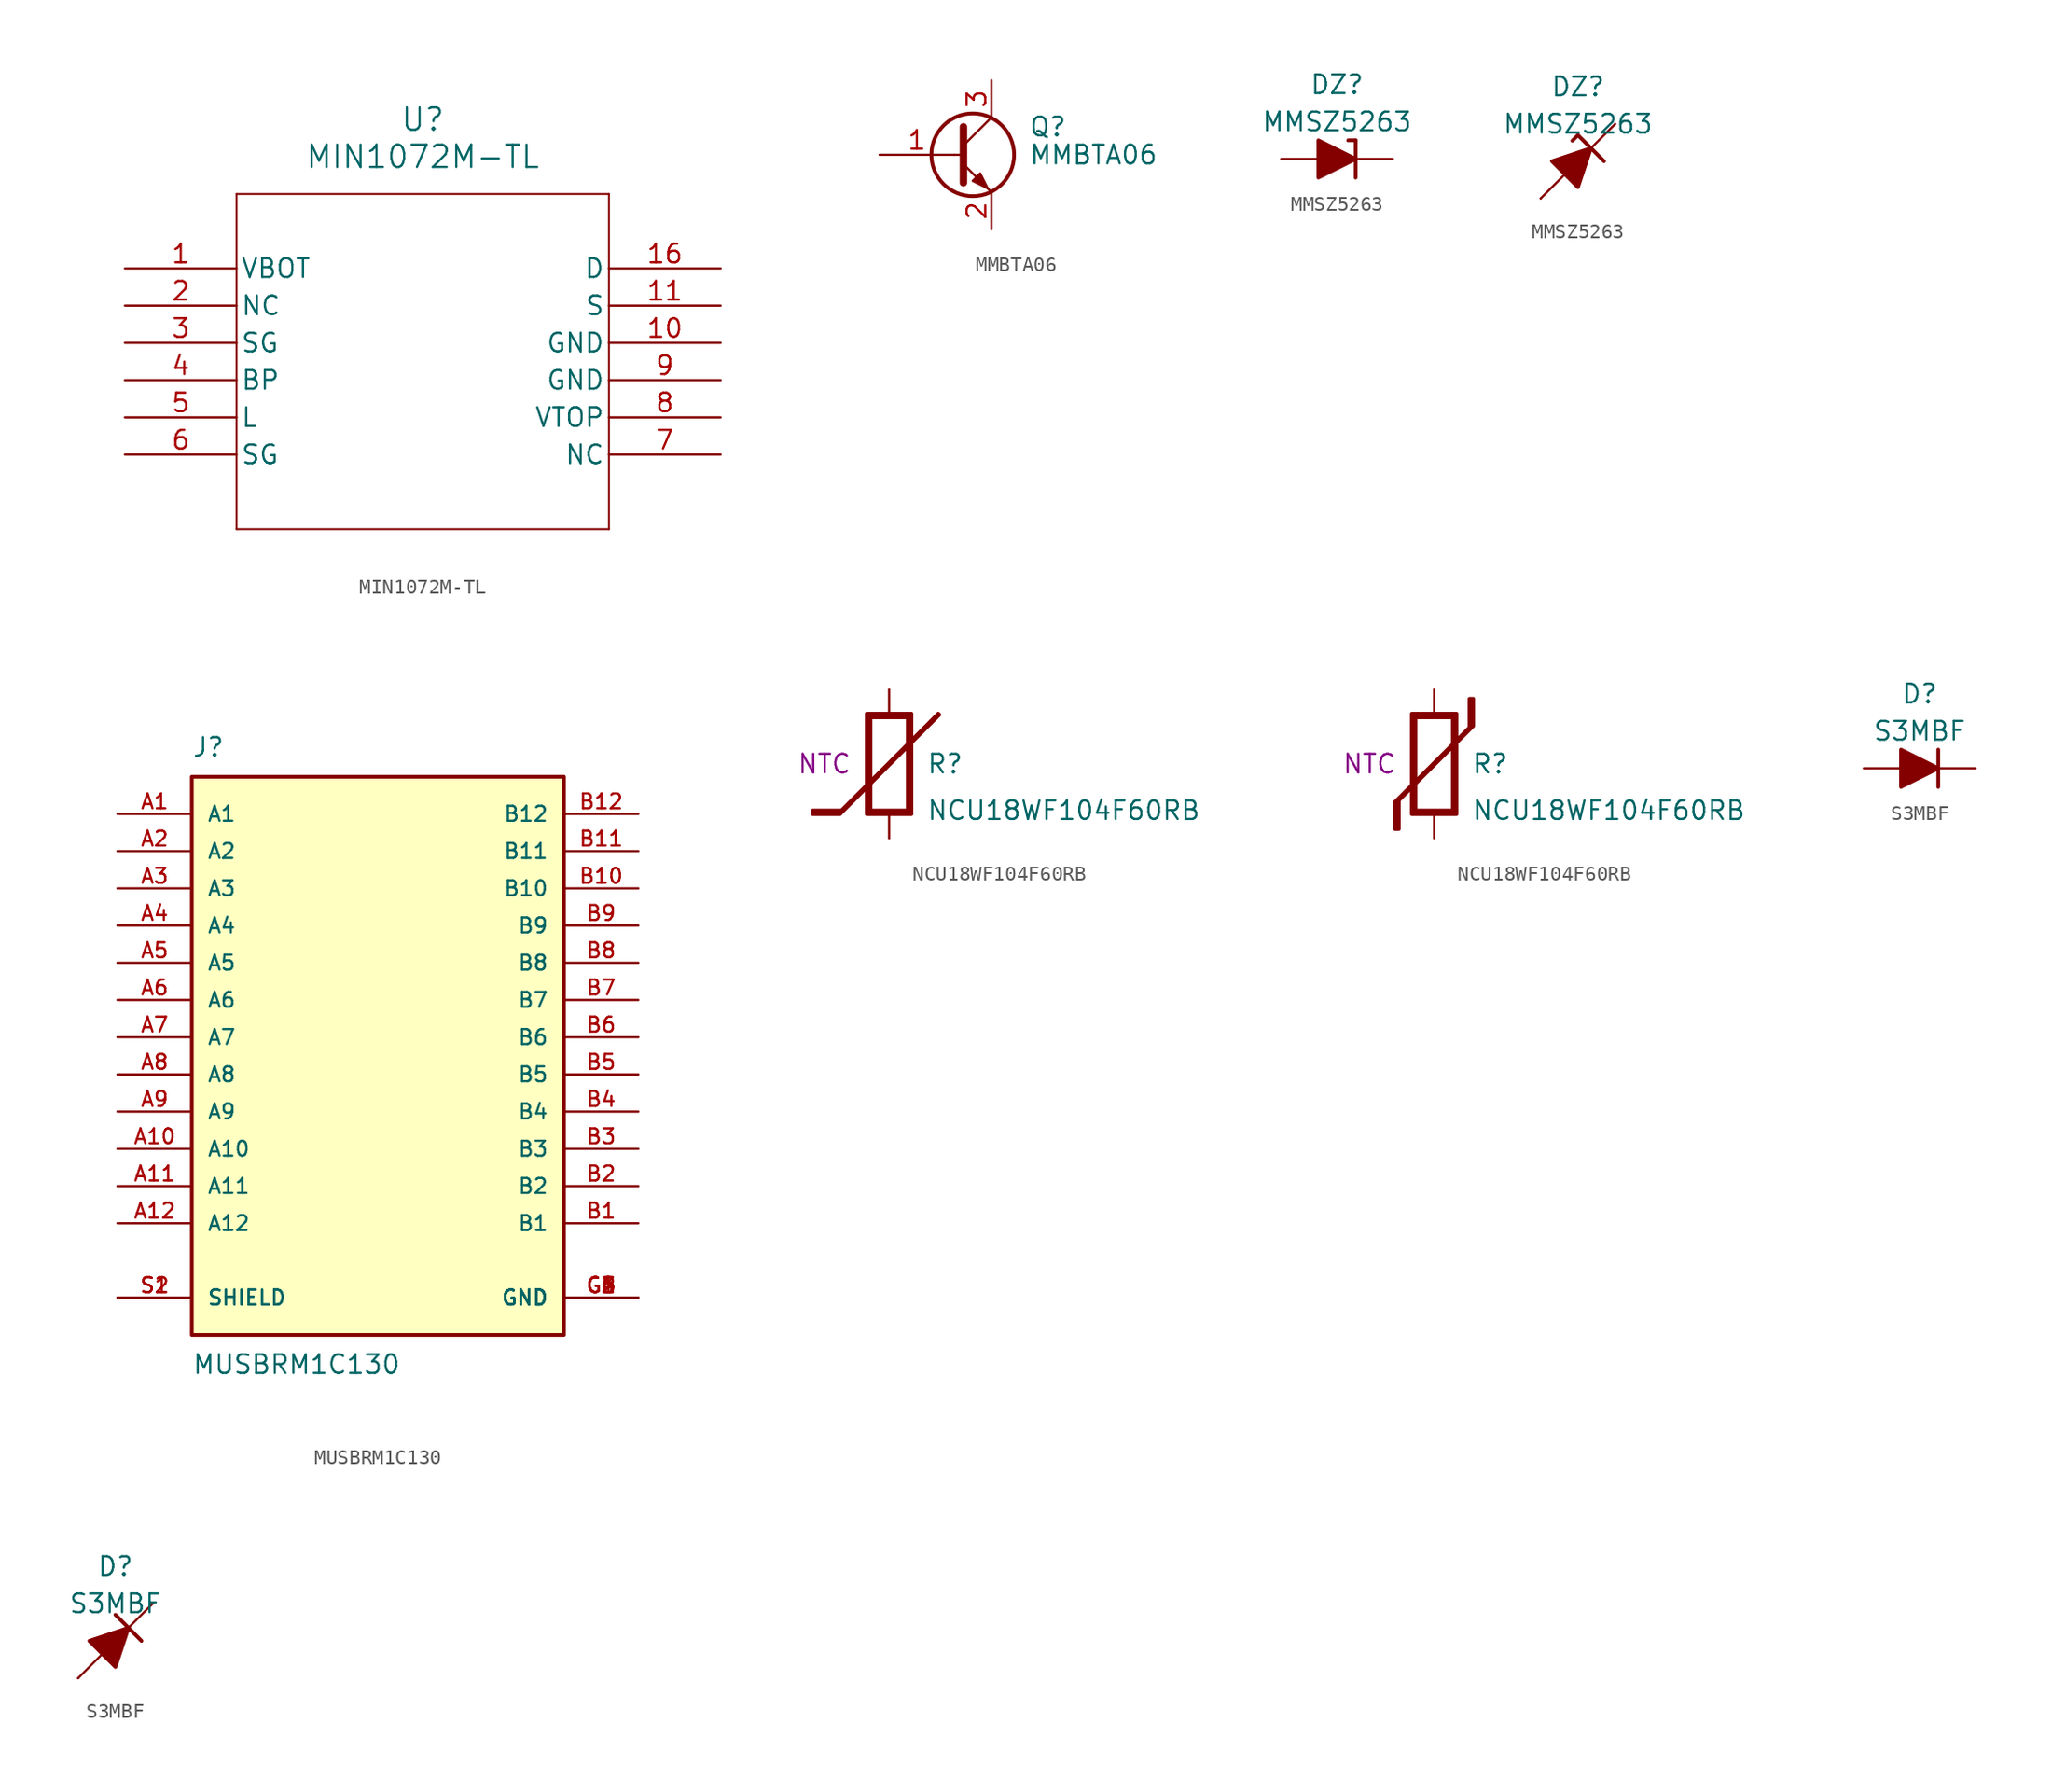
<source format=kicad_sym>
(kicad_symbol_lib
  (version 20231120)
  (generator "kicad_symbol_editor")
  (generator_version "8.0")
  (symbol "MIN1072M-TL"
    (pin_names
      (offset 0.254))
    (property "Reference" "U"
      (at 20.32 10.16 0)
      (effects (font (size 1.524 1.524))))
    (property "Value" "MIN1072M-TL"
      (at 20.32 7.62 0)
      (effects (font (size 1.524 1.524))))
    (property "ki_locked" ""
      (at 0 0 0)
      (effects (font (size 1.27 1.27))))
    (symbol "MIN1072M-TL_0_1"
      (polyline (pts (xy 7.62 -17.78) (xy 33.02 -17.78)) (stroke (width 0.127) (type default)) (fill (type none)))
      (polyline (pts (xy 7.62 5.08) (xy 7.62 -17.78)) (stroke (width 0.127) (type default)) (fill (type none)))
      (polyline (pts (xy 33.02 -17.78) (xy 33.02 5.08)) (stroke (width 0.127) (type default)) (fill (type none)))
      (polyline (pts (xy 33.02 5.08) (xy 7.62 5.08)) (stroke (width 0.127) (type default)) (fill (type none)))
      (pin unspecified line (at 0 0 0) (length 7.62) (name "VBOT" (effects (font (size 1.27 1.27)))) (number "1" (effects (font (size 1.27 1.27)))))
      (pin unspecified line (at 40.64 -5.08 180) (length 7.62) (name "GND" (effects (font (size 1.27 1.27)))) (number "10" (effects (font (size 1.27 1.27)))))
      (pin unspecified line (at 40.64 -2.54 180) (length 7.62) (name "S" (effects (font (size 1.27 1.27)))) (number "11" (effects (font (size 1.27 1.27)))))
      (pin unspecified line (at 40.64 0 180) (length 7.62) (name "D" (effects (font (size 1.27 1.27)))) (number "16" (effects (font (size 1.27 1.27)))))
      (pin unspecified line (at 0 -2.54 0) (length 7.62) (name "NC" (effects (font (size 1.27 1.27)))) (number "2" (effects (font (size 1.27 1.27)))))
      (pin unspecified line (at 0 -5.08 0) (length 7.62) (name "SG" (effects (font (size 1.27 1.27)))) (number "3" (effects (font (size 1.27 1.27)))))
      (pin unspecified line (at 0 -7.62 0) (length 7.62) (name "BP" (effects (font (size 1.27 1.27)))) (number "4" (effects (font (size 1.27 1.27)))))
      (pin unspecified line (at 0 -10.16 0) (length 7.62) (name "L" (effects (font (size 1.27 1.27)))) (number "5" (effects (font (size 1.27 1.27)))))
      (pin unspecified line (at 0 -12.7 0) (length 7.62) (name "SG" (effects (font (size 1.27 1.27)))) (number "6" (effects (font (size 1.27 1.27)))))
      (pin unspecified line (at 40.64 -12.7 180) (length 7.62) (name "NC" (effects (font (size 1.27 1.27)))) (number "7" (effects (font (size 1.27 1.27)))))
      (pin unspecified line (at 40.64 -10.16 180) (length 7.62) (name "VTOP" (effects (font (size 1.27 1.27)))) (number "8" (effects (font (size 1.27 1.27)))))
      (pin unspecified line (at 40.64 -7.62 180) (length 7.62) (name "GND" (effects (font (size 1.27 1.27)))) (number "9" (effects (font (size 1.27 1.27)))))))
  (symbol "MMBTA06"
    (pin_names
      (offset 0) hide)
    (property "Reference" "Q"
      (at 5.08 1.905 0)
      (effects (font (size 1.27 1.27)) (justify left)))
    (property "Value" "MMBTA06"
      (at 5.08 0 0)
      (effects (font (size 1.27 1.27)) (justify left)))
    (symbol "MMBTA06_0_1"
      (polyline (pts (xy 0 0) (xy 0.635 0)) (stroke (width 0) (type default)) (fill (type none)))
      (polyline (pts (xy 0.635 0.635) (xy 2.54 2.54)) (stroke (width 0) (type default)) (fill (type none)))
      (polyline (pts (xy 0.635 -0.635) (xy 2.54 -2.54) (xy 2.54 -2.54)) (stroke (width 0) (type default)) (fill (type none)))
      (polyline (pts (xy 0.635 1.905) (xy 0.635 -1.905) (xy 0.635 -1.905)) (stroke (width 0.508) (type default)) (fill (type none)))
      (polyline (pts (xy 1.27 -1.778) (xy 1.778 -1.27) (xy 2.286 -2.286) (xy 1.27 -1.778) (xy 1.27 -1.778)) (stroke (width 0) (type default)) (fill (type outline)))
      (circle (center 1.27 0) (radius 2.819) (stroke (width 0.254) (type default)) (fill (type none))))
    (symbol "MMBTA06_1_1"
      (pin input line (at -5.08 0 0) (length 5.08) (name "B" (effects (font (size 1.27 1.27)))) (number "1" (effects (font (size 1.27 1.27)))))
      (pin passive line (at 2.54 -5.08 90) (length 2.54) (name "E" (effects (font (size 1.27 1.27)))) (number "2" (effects (font (size 1.27 1.27)))))
      (pin passive line (at 2.54 5.08 270) (length 2.54) (name "C" (effects (font (size 1.27 1.27)))) (number "3" (effects (font (size 1.27 1.27)))))))
  (symbol "MMSZ5263"
    (pin_numbers hide)
    (pin_names
      (offset 1.016) hide)
    (property "Reference" "DZ"
      (at 0 5.08 0)
      (effects (font (size 1.27 1.27))))
    (property "Value" "MMSZ5263"
      (at 0 2.54 0)
      (effects (font (size 1.27 1.27))))
    (symbol "MMSZ5263_0_1"
      (polyline (pts (xy -1.27 0) (xy 1.27 0)) (stroke (width 0) (type default)) (fill (type none)))
      (polyline (pts (xy 1.27 1.27) (xy 0.762 1.27)) (stroke (width 0.254) (type default)) (fill (type none)))
      (polyline (pts (xy 1.27 1.27) (xy 1.27 -1.27)) (stroke (width 0.254) (type default)) (fill (type none)))
      (polyline (pts (xy -1.27 -1.27) (xy -1.27 1.27) (xy 1.27 0) (xy -1.27 -1.27)) (stroke (width 0.254) (type default)) (fill (type outline))))
    (symbol "MMSZ5263_0_2"
      (polyline (pts (xy -2.54 -2.54) (xy 2.54 2.54)) (stroke (width 0) (type default)) (fill (type none)))
      (polyline (pts (xy 0 1.778) (xy -0.381 1.397)) (stroke (width 0.254) (type default)) (fill (type none)))
      (polyline (pts (xy 0 1.778) (xy 1.778 0)) (stroke (width 0.254) (type default)) (fill (type none)))
      (polyline (pts (xy -0.889 -0.889) (xy -1.778 0) (xy 0.889 0.889) (xy 0 -1.778) (xy -0.889 -0.889)) (stroke (width 0.254) (type default)) (fill (type outline))))
    (symbol "MMSZ5263_1_1"
      (pin passive line (at 3.81 0 180) (length 2.54) (name "K" (effects (font (size 1.27 1.27)))) (number "1" (effects (font (size 1.27 1.27)))))
      (pin passive line (at -3.81 0 0) (length 2.54) (name "A" (effects (font (size 1.27 1.27)))) (number "2" (effects (font (size 1.27 1.27))))))
    (symbol "MMSZ5263_1_2"
      (pin passive line (at 2.54 2.54 180) (length 0) (name "K" (effects (font (size 1.27 1.27)))) (number "1" (effects (font (size 1.27 1.27)))))
      (pin passive line (at -2.54 -2.54 0) (length 0) (name "A" (effects (font (size 1.27 1.27)))) (number "2" (effects (font (size 1.27 1.27)))))))
  (symbol "MUSBRM1C130"
    (pin_names
      (offset 1.016))
    (property "Reference" "J"
      (at -12.7 19.05 0)
      (effects (font (size 1.27 1.27)) (justify left bottom)))
    (property "Value" "MUSBRM1C130"
      (at -12.7 -21.59 0)
      (effects (font (size 1.27 1.27)) (justify left top)))
    (symbol "MUSBRM1C130_0_0"
      (rectangle (start -12.7 -20.32) (end 12.7 17.78) (stroke (width 0.254) (type default)) (fill (type background)))
      (pin passive line (at -17.78 15.24 0) (length 5.08) (name "A1" (effects (font (size 1.016 1.016)))) (number "A1" (effects (font (size 1.016 1.016)))))
      (pin passive line (at -17.78 -7.62 0) (length 5.08) (name "A10" (effects (font (size 1.016 1.016)))) (number "A10" (effects (font (size 1.016 1.016)))))
      (pin passive line (at -17.78 -10.16 0) (length 5.08) (name "A11" (effects (font (size 1.016 1.016)))) (number "A11" (effects (font (size 1.016 1.016)))))
      (pin passive line (at -17.78 -12.7 0) (length 5.08) (name "A12" (effects (font (size 1.016 1.016)))) (number "A12" (effects (font (size 1.016 1.016)))))
      (pin passive line (at -17.78 12.7 0) (length 5.08) (name "A2" (effects (font (size 1.016 1.016)))) (number "A2" (effects (font (size 1.016 1.016)))))
      (pin passive line (at -17.78 10.16 0) (length 5.08) (name "A3" (effects (font (size 1.016 1.016)))) (number "A3" (effects (font (size 1.016 1.016)))))
      (pin passive line (at -17.78 7.62 0) (length 5.08) (name "A4" (effects (font (size 1.016 1.016)))) (number "A4" (effects (font (size 1.016 1.016)))))
      (pin passive line (at -17.78 5.08 0) (length 5.08) (name "A5" (effects (font (size 1.016 1.016)))) (number "A5" (effects (font (size 1.016 1.016)))))
      (pin passive line (at -17.78 2.54 0) (length 5.08) (name "A6" (effects (font (size 1.016 1.016)))) (number "A6" (effects (font (size 1.016 1.016)))))
      (pin passive line (at -17.78 0 0) (length 5.08) (name "A7" (effects (font (size 1.016 1.016)))) (number "A7" (effects (font (size 1.016 1.016)))))
      (pin passive line (at -17.78 -2.54 0) (length 5.08) (name "A8" (effects (font (size 1.016 1.016)))) (number "A8" (effects (font (size 1.016 1.016)))))
      (pin passive line (at -17.78 -5.08 0) (length 5.08) (name "A9" (effects (font (size 1.016 1.016)))) (number "A9" (effects (font (size 1.016 1.016)))))
      (pin passive line (at 17.78 -12.7 180) (length 5.08) (name "B1" (effects (font (size 1.016 1.016)))) (number "B1" (effects (font (size 1.016 1.016)))))
      (pin passive line (at 17.78 10.16 180) (length 5.08) (name "B10" (effects (font (size 1.016 1.016)))) (number "B10" (effects (font (size 1.016 1.016)))))
      (pin passive line (at 17.78 12.7 180) (length 5.08) (name "B11" (effects (font (size 1.016 1.016)))) (number "B11" (effects (font (size 1.016 1.016)))))
      (pin passive line (at 17.78 15.24 180) (length 5.08) (name "B12" (effects (font (size 1.016 1.016)))) (number "B12" (effects (font (size 1.016 1.016)))))
      (pin passive line (at 17.78 -10.16 180) (length 5.08) (name "B2" (effects (font (size 1.016 1.016)))) (number "B2" (effects (font (size 1.016 1.016)))))
      (pin passive line (at 17.78 -7.62 180) (length 5.08) (name "B3" (effects (font (size 1.016 1.016)))) (number "B3" (effects (font (size 1.016 1.016)))))
      (pin passive line (at 17.78 -5.08 180) (length 5.08) (name "B4" (effects (font (size 1.016 1.016)))) (number "B4" (effects (font (size 1.016 1.016)))))
      (pin passive line (at 17.78 -2.54 180) (length 5.08) (name "B5" (effects (font (size 1.016 1.016)))) (number "B5" (effects (font (size 1.016 1.016)))))
      (pin passive line (at 17.78 0 180) (length 5.08) (name "B6" (effects (font (size 1.016 1.016)))) (number "B6" (effects (font (size 1.016 1.016)))))
      (pin passive line (at 17.78 2.54 180) (length 5.08) (name "B7" (effects (font (size 1.016 1.016)))) (number "B7" (effects (font (size 1.016 1.016)))))
      (pin passive line (at 17.78 5.08 180) (length 5.08) (name "B8" (effects (font (size 1.016 1.016)))) (number "B8" (effects (font (size 1.016 1.016)))))
      (pin passive line (at 17.78 7.62 180) (length 5.08) (name "B9" (effects (font (size 1.016 1.016)))) (number "B9" (effects (font (size 1.016 1.016)))))
      (pin power_in line (at 17.78 -17.78 180) (length 5.08) (name "GND" (effects (font (size 1.016 1.016)))) (number "G1" (effects (font (size 1.016 1.016)))))
      (pin power_in line (at 17.78 -17.78 180) (length 5.08) (name "GND" (effects (font (size 1.016 1.016)))) (number "G2" (effects (font (size 1.016 1.016)))))
      (pin power_in line (at 17.78 -17.78 180) (length 5.08) (name "GND" (effects (font (size 1.016 1.016)))) (number "G3" (effects (font (size 1.016 1.016)))))
      (pin power_in line (at 17.78 -17.78 180) (length 5.08) (name "GND" (effects (font (size 1.016 1.016)))) (number "G4" (effects (font (size 1.016 1.016)))))
      (pin power_in line (at 17.78 -17.78 180) (length 5.08) (name "GND" (effects (font (size 1.016 1.016)))) (number "G5" (effects (font (size 1.016 1.016)))))
      (pin power_in line (at 17.78 -17.78 180) (length 5.08) (name "GND" (effects (font (size 1.016 1.016)))) (number "G6" (effects (font (size 1.016 1.016)))))
      (pin passive line (at -17.78 -17.78 0) (length 5.08) (name "SHIELD" (effects (font (size 1.016 1.016)))) (number "S1" (effects (font (size 1.016 1.016)))))
      (pin passive line (at -17.78 -17.78 0) (length 5.08) (name "SHIELD" (effects (font (size 1.016 1.016)))) (number "S2" (effects (font (size 1.016 1.016)))))))
  (symbol "NCU18WF104F60RB"
    (pin_numbers hide)
    (pin_names
      (offset 0) hide)
    (property "Reference" "R"
      (at 2.54 0 0)
      (effects (font (size 1.27 1.27)) (justify left)))
    (property "Value" "NCU18WF104F60RB"
      (at 2.54 -3.175 0)
      (effects (font (size 1.27 1.27)) (justify left)))
    (property "Rating" "NTC"
      (at -2.54 0 0)
      (effects (font (size 1.27 1.27)) (justify right)))
    (symbol "NCU18WF104F60RB_1_0"
      (polyline (pts (xy -1.524 -3.429) (xy 1.524 -3.429) (xy 1.524 3.429) (xy -1.524 3.429) (xy -1.524 -3.429) (xy -1.27 -3.175) (xy -1.27 3.175) (xy 1.27 3.175) (xy 1.27 -3.175) (xy -1.27 -3.175) (xy -1.524 -3.429)) (stroke (width 0.254) (type default)) (fill (type outline)))
      (pin passive line (at 0 5.08 270) (length 1.651) (name "+" (effects (font (size 1.27 1.27)))) (number "1" (effects (font (size 1.27 1.27)))))
      (pin passive line (at 0 -5.08 90) (length 1.651) (name "-" (effects (font (size 1.27 1.27)))) (number "2" (effects (font (size 1.27 1.27))))))
    (symbol "NCU18WF104F60RB_1_1"
      (polyline (pts (xy -5.207 -3.429) (xy -3.353 -3.429) (xy 3.429 3.353) (xy 3.353 3.429) (xy -3.251 -3.175) (xy -5.207 -3.175) (xy -5.207 -3.429)) (stroke (width 0.254) (type default)) (fill (type outline))))
    (symbol "NCU18WF104F60RB_1_2"
      (polyline (pts (xy 2.667 4.445) (xy 2.667 2.591) (xy -2.413 -2.489) (xy -2.413 -4.445) (xy -2.667 -4.445) (xy -2.667 -2.591) (xy 2.413 2.489) (xy 2.413 4.445) (xy 2.667 4.445)) (stroke (width 0.254) (type default)) (fill (type outline)))))
  (symbol "S3MBF"
    (pin_numbers hide)
    (pin_names
      (offset 1.016) hide)
    (property "Reference" "D"
      (at 0 5.08 0)
      (effects (font (size 1.27 1.27))))
    (property "Value" "S3MBF"
      (at 0 2.54 0)
      (effects (font (size 1.27 1.27))))
    (symbol "S3MBF_0_1"
      (polyline (pts (xy -1.27 0) (xy 1.27 0)) (stroke (width 0) (type default)) (fill (type none)))
      (polyline (pts (xy 1.27 1.27) (xy 1.27 -1.27)) (stroke (width 0.254) (type default)) (fill (type none)))
      (polyline (pts (xy -1.27 1.27) (xy -1.27 -1.27) (xy 1.27 0) (xy -1.27 1.27)) (stroke (width 0.254) (type default)) (fill (type outline))))
    (symbol "S3MBF_0_2"
      (polyline (pts (xy -2.54 -2.54) (xy 2.54 2.54)) (stroke (width 0) (type default)) (fill (type none)))
      (polyline (pts (xy 0 1.778) (xy 1.778 0)) (stroke (width 0.254) (type default)) (fill (type none)))
      (polyline (pts (xy -0.889 -0.889) (xy -1.778 0) (xy 0.889 0.889) (xy 0 -1.778) (xy -0.889 -0.889)) (stroke (width 0.254) (type default)) (fill (type outline))))
    (symbol "S3MBF_1_1"
      (pin passive line (at 3.81 0 180) (length 2.54) (name "K" (effects (font (size 1.27 1.27)))) (number "1" (effects (font (size 1.27 1.27)))))
      (pin passive line (at -3.81 0 0) (length 2.54) (name "A" (effects (font (size 1.27 1.27)))) (number "2" (effects (font (size 1.27 1.27))))))
    (symbol "S3MBF_1_2"
      (pin passive line (at 2.54 2.54 180) (length 0) (name "K" (effects (font (size 1.27 1.27)))) (number "1" (effects (font (size 1.27 1.27)))))
      (pin passive line (at -2.54 -2.54 0) (length 0) (name "A" (effects (font (size 1.27 1.27)))) (number "2" (effects (font (size 1.27 1.27))))))))
</source>
